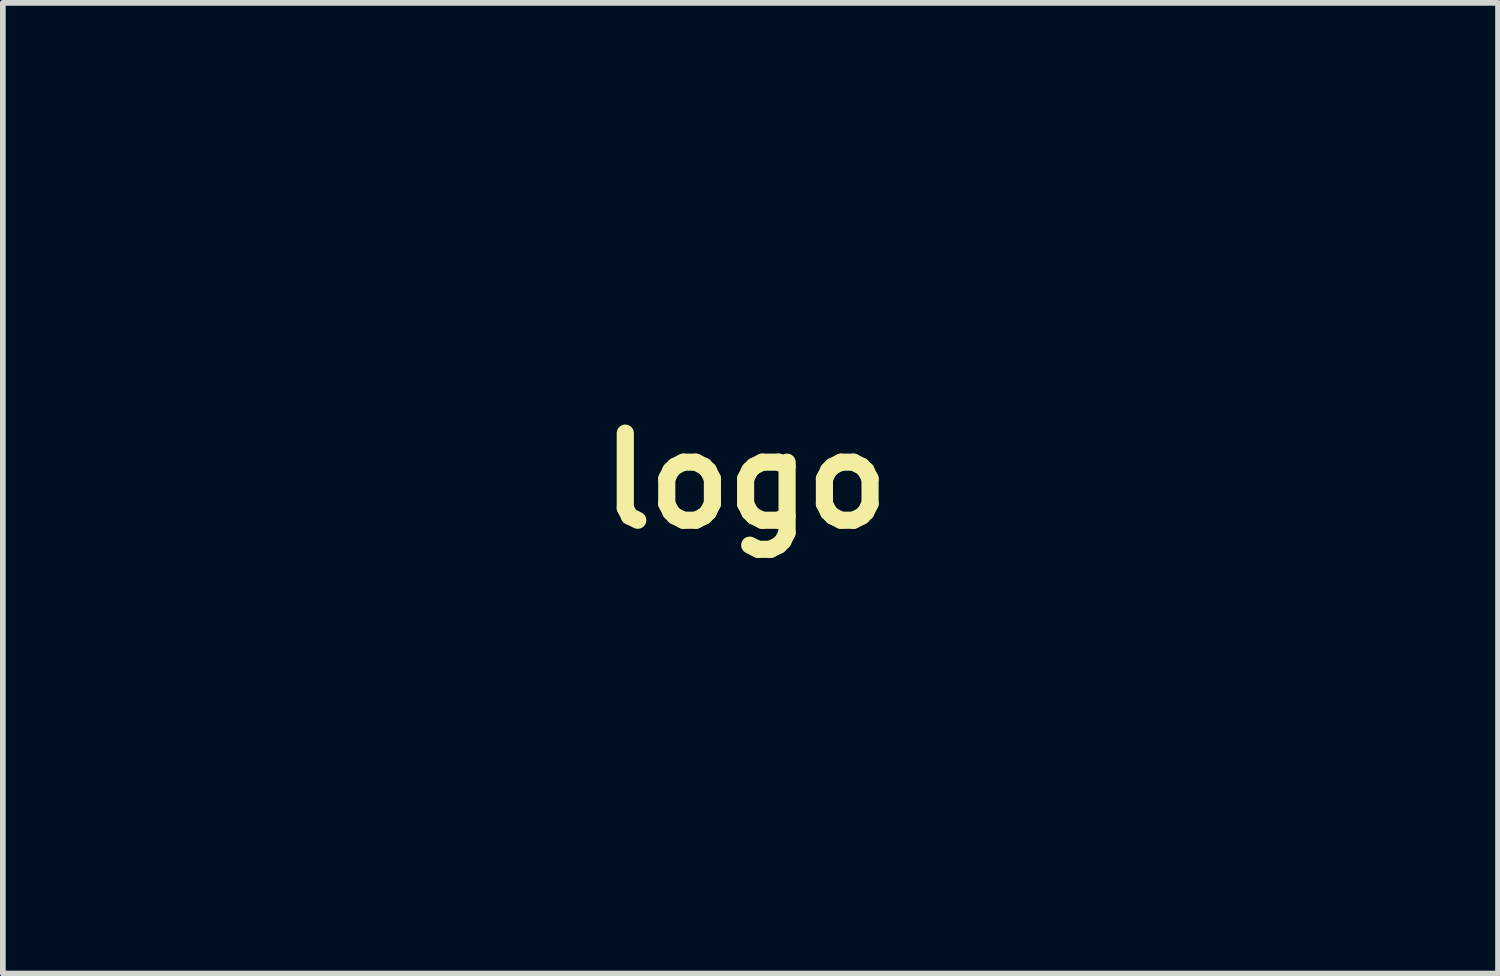
<source format=kicad_pcb>
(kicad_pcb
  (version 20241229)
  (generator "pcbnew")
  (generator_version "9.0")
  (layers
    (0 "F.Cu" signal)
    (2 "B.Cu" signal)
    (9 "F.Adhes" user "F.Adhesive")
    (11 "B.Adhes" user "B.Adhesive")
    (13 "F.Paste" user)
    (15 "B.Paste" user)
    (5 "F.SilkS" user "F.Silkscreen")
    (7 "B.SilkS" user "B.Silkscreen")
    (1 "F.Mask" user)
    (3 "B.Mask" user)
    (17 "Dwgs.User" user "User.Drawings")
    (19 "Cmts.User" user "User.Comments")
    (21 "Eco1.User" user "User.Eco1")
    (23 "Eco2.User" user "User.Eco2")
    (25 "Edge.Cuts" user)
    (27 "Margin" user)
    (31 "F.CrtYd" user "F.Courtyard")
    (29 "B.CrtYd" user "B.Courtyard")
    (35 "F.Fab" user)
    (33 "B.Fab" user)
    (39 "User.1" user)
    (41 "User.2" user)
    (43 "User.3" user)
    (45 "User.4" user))
  (footprint "logo"
    (layer "F.Cu")
    (at 9.992 5.361)
    (property "Reference" "logo" (at 0 0 0) (layer "F.SilkS") (effects (font (size 1.524 1.524) (thickness 0.3))))
    (attr through_hole)
    (fp_poly (pts (xy -8.276 2.353) (xy -8.164 2.519) (xy -8.147 2.714) (xy -8.23 2.862) (xy -8.402 2.957) (xy -8.581 2.889) (xy -8.665 2.808) (xy -8.791 2.59) (xy -8.787 2.565) (xy -8.612 2.565) (xy -8.555 2.662) (xy -8.419 2.748) (xy -8.319 2.688) (xy -8.297 2.582) (xy -8.355 2.438) (xy -8.483 2.395) (xy -8.572 2.442) (xy -8.612 2.565) (xy -8.787 2.565) (xy -8.766 2.4) (xy -8.649 2.293) (xy -8.449 2.262) (xy -8.276 2.353)) (stroke (width 0.01) (type solid)) (fill no) (layer "Eco2.User"))
    (fp_poly (pts (xy -7.042 1.408) (xy -6.909 1.537) (xy -6.835 1.754) (xy -6.904 1.933) (xy -7.092 2.027) (xy -7.16 2.032) (xy -7.363 1.964) (xy -7.443 1.841) (xy -7.458 1.719) (xy -7.362 1.719) (xy -7.31 1.806) (xy -7.166 1.864) (xy -7.052 1.791) (xy -7.027 1.693) (xy -7.087 1.552) (xy -7.197 1.524) (xy -7.337 1.585) (xy -7.362 1.719) (xy -7.458 1.719) (xy -7.471 1.604) (xy -7.385 1.437) (xy -7.227 1.363) (xy -7.042 1.408)) (stroke (width 0.01) (type solid)) (fill no) (layer "Eco2.User"))
    (fp_poly (pts (xy -5.524 0.644) (xy -5.395 0.795) (xy -5.346 0.99) (xy -5.39 1.156) (xy -5.432 1.196) (xy -5.666 1.265) (xy -5.875 1.194) (xy -5.923 1.147) (xy -5.997 0.958) (xy -5.989 0.924) (xy -5.881 0.924) (xy -5.808 1.053) (xy -5.664 1.101) (xy -5.528 1.036) (xy -5.503 0.94) (xy -5.563 0.782) (xy -5.697 0.722) (xy -5.825 0.779) (xy -5.881 0.924) (xy -5.989 0.924) (xy -5.951 0.774) (xy -5.821 0.64) (xy -5.643 0.601) (xy -5.524 0.644)) (stroke (width 0.01) (type solid)) (fill no) (layer "Eco2.User"))
    (fp_poly (pts (xy -3.783 -0.078) (xy -3.677 0.081) (xy -3.651 0.27) (xy -3.732 0.444) (xy -3.776 0.482) (xy -3.947 0.58) (xy -4.079 0.551) (xy -4.189 0.455) (xy -4.294 0.248) (xy -4.285 0.19) (xy -4.156 0.19) (xy -4.116 0.338) (xy -4.09 0.369) (xy -3.97 0.405) (xy -3.875 0.315) (xy -3.852 0.206) (xy -3.919 0.059) (xy -4 0.016) (xy -4.111 0.059) (xy -4.156 0.19) (xy -4.285 0.19) (xy -4.26 0.028) (xy -4.128 -0.118) (xy -3.943 -0.159) (xy -3.783 -0.078)) (stroke (width 0.01) (type solid)) (fill no) (layer "Eco2.User"))
    (fp_poly (pts (xy -9.133 3.318) (xy -8.999 3.468) (xy -8.999 3.668) (xy -9.001 3.671) (xy -9.121 3.788) (xy -9.309 3.795) (xy -9.503 3.692) (xy -9.523 3.673) (xy -9.635 3.486) (xy -9.602 3.361) (xy -9.428 3.361) (xy -9.427 3.456) (xy -9.344 3.574) (xy -9.234 3.64) (xy -9.223 3.641) (xy -9.119 3.58) (xy -9.104 3.56) (xy -9.127 3.47) (xy -9.24 3.382) (xy -9.37 3.342) (xy -9.428 3.361) (xy -9.602 3.361) (xy -9.596 3.337) (xy -9.419 3.262) (xy -9.364 3.26) (xy -9.133 3.318)) (stroke (width 0.01) (type solid)) (fill no) (layer "Eco2.User"))
    (fp_poly (pts (xy 0.535 -1.517) (xy 0.641 -1.358) (xy 0.667 -1.169) (xy 0.586 -0.995) (xy 0.542 -0.957) (xy 0.4 -0.869) (xy 0.339 -0.847) (xy 0.236 -0.891) (xy 0.135 -0.957) (xy 0.025 -1.128) (xy 0.029 -1.262) (xy 0.113 -1.262) (xy 0.175 -1.136) (xy 0.32 -1.041) (xy 0.439 -1.103) (xy 0.493 -1.255) (xy 0.474 -1.401) (xy 0.35 -1.439) (xy 0.166 -1.389) (xy 0.113 -1.262) (xy 0.029 -1.262) (xy 0.032 -1.342) (xy 0.149 -1.527) (xy 0.191 -1.557) (xy 0.375 -1.599) (xy 0.535 -1.517)) (stroke (width 0.01) (type solid)) (fill no) (layer "Eco2.User"))
    (fp_poly (pts (xy -1.859 -0.828) (xy -1.764 -0.743) (xy -1.729 -0.639) (xy -1.725 -0.414) (xy -1.779 -0.295) (xy -1.938 -0.196) (xy -2.135 -0.175) (xy -2.295 -0.233) (xy -2.338 -0.29) (xy -2.364 -0.468) (xy -2.359 -0.55) (xy -2.273 -0.55) (xy -2.215 -0.411) (xy -2.082 -0.351) (xy -2.054 -0.355) (xy -1.913 -0.452) (xy -1.879 -0.53) (xy -1.917 -0.673) (xy -2.048 -0.746) (xy -2.196 -0.713) (xy -2.218 -0.694) (xy -2.273 -0.55) (xy -2.359 -0.55) (xy -2.356 -0.608) (xy -2.293 -0.755) (xy -2.127 -0.822) (xy -2.056 -0.831) (xy -1.859 -0.828)) (stroke (width 0.01) (type solid)) (fill no) (layer "Eco2.User"))
    (fp_poly (pts (xy 7.364 0.971) (xy 7.41 1.086) (xy 7.308 1.267) (xy 7.169 1.411) (xy 6.91 1.593) (xy 6.644 1.691) (xy 6.42 1.693) (xy 6.325 1.64) (xy 6.307 1.523) (xy 6.435 1.523) (xy 6.455 1.593) (xy 6.536 1.591) (xy 6.711 1.51) (xy 6.868 1.424) (xy 7.095 1.276) (xy 7.192 1.165) (xy 7.151 1.107) (xy 7.091 1.101) (xy 6.941 1.145) (xy 6.744 1.249) (xy 6.56 1.377) (xy 6.447 1.49) (xy 6.435 1.523) (xy 6.307 1.523) (xy 6.307 1.521) (xy 6.407 1.362) (xy 6.586 1.194) (xy 6.809 1.046) (xy 7.038 0.951) (xy 7.171 0.932) (xy 7.364 0.971)) (stroke (width 0.01) (type solid)) (fill no) (layer "Eco2.User"))
    (fp_poly (pts (xy -5.092 4.736) (xy -5.074 4.744) (xy -4.941 4.875) (xy -4.917 5.026) (xy -4.982 5.114) (xy -5.196 5.184) (xy -5.485 5.211) (xy -5.765 5.192) (xy -5.917 5.146) (xy -6.067 5.038) (xy -6.119 4.953) (xy -6.108 4.934) (xy -5.992 4.934) (xy -5.938 4.98) (xy -5.878 5.004) (xy -5.724 5.058) (xy -5.599 5.07) (xy -5.417 5.041) (xy -5.346 5.027) (xy -5.179 4.972) (xy -5.126 4.906) (xy -5.129 4.9) (xy -5.242 4.849) (xy -5.452 4.828) (xy -5.693 4.839) (xy -5.892 4.883) (xy -5.992 4.934) (xy -6.108 4.934) (xy -6.044 4.827) (xy -5.852 4.731) (xy -5.595 4.678) (xy -5.324 4.676) (xy -5.092 4.736)) (stroke (width 0.01) (type solid)) (fill no) (layer "Eco2.User"))
    (fp_poly (pts (xy -6.232 3.119) (xy -6.001 3.195) (xy -5.865 3.314) (xy -5.847 3.465) (xy -5.971 3.632) (xy -6.03 3.678) (xy -6.239 3.762) (xy -6.531 3.806) (xy -6.85 3.812) (xy -7.138 3.779) (xy -7.337 3.707) (xy -7.372 3.676) (xy -7.43 3.517) (xy -7.276 3.517) (xy -7.236 3.622) (xy -7.133 3.669) (xy -6.913 3.685) (xy -6.615 3.659) (xy -6.323 3.6) (xy -6.144 3.535) (xy -6.031 3.462) (xy -6.058 3.395) (xy -6.139 3.333) (xy -6.344 3.238) (xy -6.606 3.23) (xy -6.964 3.306) (xy -7.181 3.402) (xy -7.276 3.517) (xy -7.43 3.517) (xy -7.435 3.504) (xy -7.337 3.347) (xy -7.085 3.214) (xy -6.894 3.156) (xy -6.538 3.102) (xy -6.232 3.119)) (stroke (width 0.01) (type solid)) (fill no) (layer "Eco2.User"))
    (fp_poly (pts (xy 7.588 -1.06) (xy 7.686 -0.986) (xy 7.77 -0.806) (xy 7.696 -0.604) (xy 7.475 -0.393) (xy 7.187 -0.223) (xy 6.841 -0.068) (xy 6.603 -0.009) (xy 6.444 -0.04) (xy 6.37 -0.106) (xy 6.338 -0.22) (xy 6.446 -0.22) (xy 6.549 -0.172) (xy 6.778 -0.215) (xy 6.967 -0.285) (xy 7.179 -0.404) (xy 7.374 -0.56) (xy 7.518 -0.716) (xy 7.575 -0.837) (xy 7.555 -0.877) (xy 7.397 -0.893) (xy 7.16 -0.833) (xy 6.901 -0.72) (xy 6.68 -0.574) (xy 6.658 -0.554) (xy 6.479 -0.35) (xy 6.446 -0.22) (xy 6.338 -0.22) (xy 6.32 -0.284) (xy 6.41 -0.49) (xy 6.618 -0.699) (xy 6.921 -0.889) (xy 7.227 -1.014) (xy 7.452 -1.073) (xy 7.588 -1.06)) (stroke (width 0.01) (type solid)) (fill no) (layer "Eco2.User"))
    (fp_poly (pts (xy -1.333 0.787) (xy -1.208 0.882) (xy -1.209 1.032) (xy -1.234 1.082) (xy -1.409 1.253) (xy -1.695 1.412) (xy -2.043 1.545) (xy -2.407 1.637) (xy -2.737 1.675) (xy -2.988 1.645) (xy -3.048 1.615) (xy -3.126 1.489) (xy -3.101 1.441) (xy -2.963 1.441) (xy -2.891 1.508) (xy -2.701 1.523) (xy -2.438 1.491) (xy -2.144 1.417) (xy -1.894 1.32) (xy -1.576 1.156) (xy -1.416 1.031) (xy -1.41 0.942) (xy -1.472 0.905) (xy -1.65 0.892) (xy -1.914 0.938) (xy -2.218 1.025) (xy -2.519 1.138) (xy -2.771 1.26) (xy -2.93 1.377) (xy -2.963 1.441) (xy -3.101 1.441) (xy -3.042 1.33) (xy -2.8 1.142) (xy -2.536 0.995) (xy -2.185 0.851) (xy -1.849 0.769) (xy -1.556 0.749) (xy -1.333 0.787)) (stroke (width 0.01) (type solid)) (fill no) (layer "Eco2.User"))
    (fp_poly (pts (xy 3.523 -0.604) (xy 3.687 -0.477) (xy 3.688 -0.325) (xy 3.529 -0.157) (xy 3.302 -0.023) (xy 3.022 0.083) (xy 2.682 0.167) (xy 2.338 0.219) (xy 2.048 0.232) (xy 1.884 0.203) (xy 1.783 0.086) (xy 1.797 -0.015) (xy 1.947 -0.015) (xy 2.021 0.055) (xy 2.214 0.073) (xy 2.49 0.043) (xy 2.807 -0.03) (xy 3.129 -0.141) (xy 3.181 -0.163) (xy 3.43 -0.299) (xy 3.515 -0.406) (xy 3.442 -0.476) (xy 3.215 -0.498) (xy 3.014 -0.485) (xy 2.668 -0.423) (xy 2.35 -0.321) (xy 2.102 -0.197) (xy 1.963 -0.069) (xy 1.947 -0.015) (xy 1.797 -0.015) (xy 1.807 -0.083) (xy 1.941 -0.259) (xy 2.037 -0.329) (xy 2.34 -0.47) (xy 2.701 -0.576) (xy 3.063 -0.636) (xy 3.371 -0.64) (xy 3.523 -0.604)) (stroke (width 0.01) (type solid)) (fill no) (layer "Eco2.User"))
    (fp_poly (pts (xy 3.531 2.647) (xy 3.803 2.718) (xy 3.946 2.846) (xy 3.979 2.994) (xy 3.899 3.209) (xy 3.674 3.442) (xy 3.326 3.684) (xy 2.877 3.929) (xy 2.348 4.169) (xy 1.764 4.394) (xy 1.145 4.598) (xy 0.513 4.773) (xy -0.109 4.911) (xy -0.699 5.004) (xy -1.234 5.045) (xy -1.694 5.024) (xy -1.736 5.018) (xy -2.024 4.933) (xy -2.172 4.776) (xy -2.192 4.662) (xy -2.032 4.662) (xy -1.967 4.739) (xy -1.947 4.741) (xy -1.873 4.672) (xy -1.863 4.609) (xy -1.904 4.522) (xy -1.947 4.53) (xy -2.029 4.638) (xy -2.032 4.662) (xy -2.192 4.662) (xy -2.201 4.608) (xy -2.135 4.444) (xy -1.757 4.444) (xy -1.725 4.617) (xy -1.663 4.77) (xy -1.599 4.826) (xy -1.536 4.756) (xy -1.525 4.678) (xy -1.558 4.513) (xy -1.411 4.513) (xy -1.392 4.604) (xy -1.311 4.768) (xy -1.213 4.826) (xy -1.13 4.777) (xy -1.147 4.636) (xy -1.241 4.418) (xy -1.274 4.386) (xy -1.091 4.386) (xy -1.044 4.541) (xy -1.018 4.609) (xy -0.912 4.785) (xy -0.797 4.82) (xy -0.729 4.756) (xy -0.707 4.594) (xy -0.779 4.423) (xy -0.907 4.323) (xy -0.941 4.318) (xy -1.061 4.327) (xy -1.091 4.386) (xy -1.274 4.386) (xy -1.338 4.322) (xy -1.404 4.353) (xy -1.411 4.513) (xy -1.558 4.513) (xy -1.559 4.507) (xy -1.634 4.369) (xy -1.715 4.32) (xy -1.735 4.332) (xy -1.757 4.444) (xy -2.135 4.444) (xy -2.122 4.412) (xy -2.003 4.296) (xy -0.667 4.296) (xy -0.624 4.446) (xy -0.595 4.524) (xy -0.482 4.688) (xy -0.339 4.744) (xy -0.221 4.671) (xy -0.195 4.495) (xy -0.284 4.325) (xy -0.429 4.245) (xy -0.15 4.245) (xy -0.101 4.401) (xy -0.089 4.433) (xy 0.004 4.612) (xy 0.116 4.644) (xy 0.238 4.584) (xy 0.31 4.442) (xy 0.291 4.286) (xy 0.243 4.171) (xy 0.405 4.171) (xy 0.431 4.297) (xy 0.546 4.434) (xy 0.711 4.491) (xy 0.855 4.447) (xy 0.88 4.417) (xy 0.9 4.263) (xy 0.837 4.093) (xy 0.784 4.042) (xy 0.975 4.042) (xy 0.987 4.131) (xy 1.088 4.273) (xy 1.245 4.319) (xy 1.384 4.252) (xy 1.397 4.233) (xy 1.419 4.085) (xy 1.368 3.919) (xy 1.298 3.844) (xy 1.536 3.844) (xy 1.557 4.028) (xy 1.658 4.135) (xy 1.787 4.119) (xy 1.885 4.002) (xy 1.905 3.895) (xy 1.85 3.711) (xy 1.757 3.657) (xy 1.611 3.696) (xy 1.536 3.844) (xy 1.298 3.844) (xy 1.273 3.817) (xy 1.243 3.811) (xy 1.048 3.876) (xy 0.975 4.042) (xy 0.784 4.042) (xy 0.726 3.988) (xy 0.689 3.981) (xy 0.476 4.03) (xy 0.405 4.171) (xy 0.243 4.171) (xy 0.224 4.126) (xy 0.109 4.1) (xy 0.054 4.114) (xy -0.108 4.171) (xy -0.15 4.245) (xy -0.429 4.245) (xy -0.445 4.236) (xy -0.476 4.233) (xy -0.624 4.241) (xy -0.667 4.296) (xy -2.003 4.296) (xy -1.897 4.193) (xy -1.835 4.152) (xy -1.439 4.152) (xy -1.359 4.188) (xy -1.119 4.176) (xy -0.725 4.117) (xy -0.18 4.013) (xy 0.18 3.936) (xy 0.625 3.826) (xy 1.094 3.69) (xy 1.246 3.64) (xy 2.052 3.64) (xy 2.064 3.759) (xy 2.133 3.936) (xy 2.238 3.965) (xy 2.361 3.902) (xy 2.421 3.79) (xy 2.425 3.63) (xy 2.555 3.63) (xy 2.637 3.753) (xy 2.753 3.755) (xy 2.855 3.632) (xy 2.862 3.482) (xy 2.796 3.316) (xy 2.711 3.274) (xy 2.962 3.274) (xy 2.982 3.436) (xy 3.02 3.5) (xy 3.157 3.552) (xy 3.251 3.486) (xy 3.27 3.339) (xy 3.216 3.169) (xy 3.118 3.058) (xy 3.08 3.048) (xy 2.999 3.118) (xy 2.962 3.274) (xy 2.711 3.274) (xy 2.685 3.261) (xy 2.584 3.33) (xy 2.555 3.413) (xy 2.555 3.63) (xy 2.425 3.63) (xy 2.426 3.616) (xy 2.385 3.457) (xy 2.306 3.388) (xy 2.125 3.461) (xy 2.052 3.64) (xy 1.246 3.64) (xy 1.559 3.537) (xy 1.997 3.377) (xy 2.382 3.22) (xy 2.689 3.076) (xy 2.787 3.017) (xy 3.315 3.017) (xy 3.363 3.174) (xy 3.442 3.288) (xy 3.477 3.302) (xy 3.542 3.231) (xy 3.556 3.138) (xy 3.52 3.006) (xy 3.641 3.006) (xy 3.683 3.048) (xy 3.725 3.006) (xy 3.683 2.963) (xy 3.641 3.006) (xy 3.52 3.006) (xy 3.513 2.981) (xy 3.419 2.89) (xy 3.331 2.906) (xy 3.315 3.017) (xy 2.787 3.017) (xy 2.892 2.955) (xy 2.966 2.866) (xy 2.957 2.845) (xy 2.851 2.834) (xy 2.615 2.856) (xy 2.285 2.905) (xy 1.895 2.973) (xy 1.48 3.056) (xy 1.077 3.146) (xy 0.719 3.237) (xy 0.649 3.257) (xy 0.283 3.374) (xy -0.114 3.517) (xy -0.51 3.674) (xy -0.872 3.829) (xy -1.169 3.97) (xy -1.369 4.083) (xy -1.439 4.152) (xy -1.835 4.152) (xy -1.55 3.962) (xy -1.102 3.726) (xy -0.574 3.494) (xy 0.01 3.272) (xy 0.629 3.071) (xy 1.261 2.897) (xy 1.884 2.76) (xy 2.477 2.667) (xy 3.016 2.626) (xy 3.111 2.625) (xy 3.531 2.647)) (stroke (width 0.01) (type solid)) (fill no) (layer "Eco2.User"))
    (fp_poly (pts (xy 0.857 -5.316) (xy 1.401 -5.231) (xy 1.482 -5.212) (xy 2.01 -5.048) (xy 2.579 -4.815) (xy 3.138 -4.539) (xy 3.635 -4.246) (xy 4.021 -3.96) (xy 4.04 -3.942) (xy 4.329 -3.71) (xy 4.532 -3.606) (xy 4.606 -3.607) (xy 4.763 -3.626) (xy 5.054 -3.624) (xy 5.444 -3.604) (xy 5.9 -3.569) (xy 6.388 -3.523) (xy 6.873 -3.469) (xy 7.322 -3.41) (xy 7.701 -3.348) (xy 7.938 -3.298) (xy 8.63 -3.085) (xy 9.208 -2.828) (xy 9.66 -2.538) (xy 9.973 -2.222) (xy 10.135 -1.889) (xy 10.156 -1.712) (xy 10.138 -1.481) (xy 10.077 -1.261) (xy 9.956 -1.015) (xy 9.758 -0.706) (xy 9.525 -0.378) (xy 8.694 0.625) (xy 7.75 1.511) (xy 6.682 2.286) (xy 6.113 2.628) (xy 5.773 2.825) (xy 5.35 3.08) (xy 4.899 3.358) (xy 4.53 3.59) (xy 3.3 4.295) (xy 2.067 4.839) (xy 0.81 5.23) (xy -0.381 5.46) (xy -0.774 5.502) (xy -1.303 5.538) (xy -1.931 5.568) (xy -2.625 5.591) (xy -3.351 5.606) (xy -4.074 5.612) (xy -4.759 5.61) (xy -5.371 5.598) (xy -5.878 5.575) (xy -5.895 5.573) (xy -6.877 5.459) (xy -7.748 5.25) (xy -8.415 4.997) (xy -8.756 4.846) (xy -9.098 4.697) (xy -9.305 4.608) (xy -9.68 4.379) (xy -9.848 4.154) (xy -9.637 4.154) (xy -9.607 4.226) (xy -9.575 4.266) (xy -9.446 4.378) (xy -9.348 4.394) (xy -9.331 4.309) (xy -9.334 4.297) (xy -9.438 4.193) (xy -9.529 4.16) (xy -9.637 4.154) (xy -9.848 4.154) (xy -9.907 4.075) (xy -9.986 3.71) (xy -9.801 3.71) (xy -9.756 3.884) (xy -9.589 3.983) (xy -9.489 4.008) (xy -9.235 4.13) (xy -9.129 4.274) (xy -9.046 4.442) (xy -9.006 4.459) (xy -9.006 4.452) (xy -8.629 4.452) (xy -8.611 4.534) (xy -8.47 4.654) (xy -8.242 4.79) (xy -7.962 4.919) (xy -7.832 4.968) (xy -7.195 5.141) (xy -6.452 5.256) (xy -5.582 5.315) (xy -5.122 5.324) (xy -4.022 5.332) (xy -4.303 5.11) (xy -4.502 4.921) (xy -4.642 4.729) (xy -4.66 4.689) (xy -4.736 4.49) (xy -5.903 4.542) (xy -6.501 4.556) (xy -7.089 4.549) (xy -7.604 4.521) (xy -7.826 4.499) (xy -8.165 4.462) (xy -8.437 4.443) (xy -8.601 4.444) (xy -8.629 4.452) (xy -9.006 4.452) (xy -9.005 4.437) (xy -4.487 4.437) (xy -4.406 4.678) (xy -4.171 4.896) (xy -3.798 5.081) (xy -3.303 5.223) (xy -3.166 5.251) (xy -2.813 5.288) (xy -2.339 5.3) (xy -1.791 5.288) (xy -1.216 5.256) (xy -0.66 5.204) (xy -0.17 5.134) (xy -0.085 5.119) (xy 0.884 4.891) (xy 1.837 4.586) (xy 2.75 4.216) (xy 3.596 3.795) (xy 4.35 3.336) (xy 4.986 2.851) (xy 5.479 2.352) (xy 5.482 2.349) (xy 5.541 2.255) (xy 5.871 2.255) (xy 5.933 2.294) (xy 6.108 2.235) (xy 6.388 2.082) (xy 6.762 1.84) (xy 7.222 1.513) (xy 7.513 1.295) (xy 7.856 1.018) (xy 8.205 0.709) (xy 8.495 0.426) (xy 8.537 0.381) (xy 8.775 0.096) (xy 8.98 -0.193) (xy 9.13 -0.452) (xy 9.207 -0.646) (xy 9.199 -0.735) (xy 9.118 -0.705) (xy 8.934 -0.59) (xy 8.677 -0.408) (xy 8.451 -0.238) (xy 7.965 0.129) (xy 7.561 0.414) (xy 7.195 0.648) (xy 6.82 0.86) (xy 6.535 1.008) (xy 6.26 1.151) (xy 6.103 1.259) (xy 6.032 1.371) (xy 6.011 1.526) (xy 6.01 1.631) (xy 5.992 1.886) (xy 5.947 2.079) (xy 5.931 2.113) (xy 5.871 2.255) (xy 5.541 2.255) (xy 5.697 2.008) (xy 5.764 1.7) (xy 5.683 1.442) (xy 5.528 1.293) (xy 5.311 1.215) (xy 4.959 1.163) (xy 4.505 1.135) (xy 3.981 1.131) (xy 3.419 1.152) (xy 2.851 1.195) (xy 2.311 1.262) (xy 1.863 1.344) (xy 0.911 1.576) (xy -0.009 1.841) (xy -0.881 2.132) (xy -1.691 2.443) (xy -2.426 2.766) (xy -3.072 3.095) (xy -3.613 3.423) (xy -4.037 3.742) (xy -4.328 4.046) (xy -4.473 4.329) (xy -4.487 4.437) (xy -9.005 4.437) (xy -8.997 4.319) (xy -9 4.199) (xy -8.952 3.972) (xy -8.721 3.972) (xy -8.7 4.074) (xy -8.618 4.15) (xy -8.447 4.212) (xy -8.156 4.27) (xy -7.852 4.317) (xy -7.578 4.344) (xy -7.197 4.363) (xy -6.751 4.376) (xy -6.279 4.381) (xy -5.823 4.378) (xy -5.423 4.367) (xy -5.12 4.349) (xy -4.979 4.329) (xy -4.783 4.223) (xy -4.571 4.018) (xy -4.504 3.933) (xy -4.301 3.707) (xy -4.015 3.456) (xy -3.738 3.255) (xy -3.485 3.086) (xy -3.301 2.95) (xy -3.219 2.874) (xy -3.218 2.87) (xy -3.295 2.839) (xy -3.499 2.803) (xy -3.789 2.771) (xy -3.834 2.767) (xy -4.222 2.714) (xy -4.68 2.622) (xy -5.115 2.511) (xy -5.167 2.495) (xy -5.535 2.382) (xy -5.88 2.276) (xy -6.141 2.197) (xy -6.192 2.181) (xy -6.346 2.142) (xy -6.481 2.142) (xy -6.639 2.195) (xy -6.859 2.313) (xy -7.166 2.501) (xy -7.567 2.772) (xy -7.945 3.067) (xy -8.275 3.362) (xy -8.53 3.633) (xy -8.685 3.855) (xy -8.721 3.972) (xy -8.952 3.972) (xy -8.927 3.855) (xy -8.699 3.484) (xy -8.325 3.09) (xy -7.814 2.678) (xy -7.176 2.253) (xy -6.632 1.94) (xy -6.096 1.94) (xy -6.017 2.016) (xy -5.8 2.113) (xy -5.471 2.224) (xy -5.06 2.341) (xy -4.594 2.456) (xy -4.101 2.56) (xy -3.61 2.646) (xy -3.556 2.654) (xy -3.246 2.686) (xy -2.966 2.673) (xy -2.667 2.605) (xy -2.302 2.472) (xy -1.985 2.337) (xy -1.532 2.148) (xy -1.033 1.957) (xy -0.57 1.793) (xy -0.389 1.736) (xy 0.36 1.507) (xy 0.303 0.952) (xy 0.237 0.418) (xy 0.159 0.001) (xy 0.074 -0.281) (xy -0.013 -0.415) (xy -0.041 -0.423) (xy -0.185 -0.396) (xy -0.458 -0.32) (xy -0.834 -0.204) (xy -1.282 -0.06) (xy -1.775 0.105) (xy -2.284 0.28) (xy -2.78 0.456) (xy -3.235 0.624) (xy -3.598 0.764) (xy -4.236 1.024) (xy -4.807 1.268) (xy -5.294 1.487) (xy -5.681 1.674) (xy -5.95 1.819) (xy -6.084 1.917) (xy -6.096 1.94) (xy -6.632 1.94) (xy -6.423 1.82) (xy -5.562 1.384) (xy -4.605 0.95) (xy -3.561 0.524) (xy -2.441 0.11) (xy -1.253 -0.288) (xy -0.679 -0.46) (xy 0.299 -0.46) (xy 0.314 -0.28) (xy 0.346 -0.003) (xy 0.39 0.33) (xy 0.439 0.679) (xy 0.488 1.002) (xy 0.531 1.261) (xy 0.562 1.414) (xy 0.572 1.439) (xy 0.667 1.421) (xy 0.886 1.372) (xy 1.187 1.301) (xy 1.301 1.273) (xy 1.749 1.172) (xy 2.253 1.068) (xy 2.688 0.987) (xy 3.042 0.913) (xy 3.355 0.827) (xy 3.55 0.752) (xy 3.81 0.752) (xy 3.888 0.789) (xy 4.097 0.825) (xy 4.399 0.854) (xy 4.551 0.863) (xy 5.018 0.904) (xy 5.374 0.974) (xy 5.546 1.039) (xy 5.722 1.131) (xy 5.857 1.166) (xy 6.002 1.137) (xy 6.206 1.039) (xy 6.424 0.916) (xy 6.81 0.686) (xy 7.23 0.414) (xy 7.66 0.119) (xy 8.075 -0.181) (xy 8.454 -0.47) (xy 8.772 -0.728) (xy 9.005 -0.939) (xy 9.129 -1.084) (xy 9.144 -1.124) (xy 9.073 -1.196) (xy 8.892 -1.302) (xy 8.742 -1.374) (xy 8.533 -1.453) (xy 8.295 -1.51) (xy 8.163 -1.527) (xy 9.29 -1.527) (xy 9.301 -1.425) (xy 9.382 -1.269) (xy 9.479 -1.106) (xy 9.524 -1.082) (xy 9.547 -1.188) (xy 9.551 -1.219) (xy 9.583 -1.302) (xy 9.737 -1.302) (xy 9.779 -1.219) (xy 9.821 -1.228) (xy 9.898 -1.35) (xy 9.906 -1.407) (xy 9.864 -1.491) (xy 9.821 -1.482) (xy 9.744 -1.36) (xy 9.737 -1.302) (xy 9.583 -1.302) (xy 9.634 -1.436) (xy 9.738 -1.568) (xy 9.84 -1.678) (xy 9.849 -1.786) (xy 9.768 -1.964) (xy 9.76 -1.979) (xy 9.621 -2.244) (xy 9.56 -1.955) (xy 9.483 -1.739) (xy 9.378 -1.6) (xy 9.368 -1.594) (xy 9.29 -1.527) (xy 8.163 -1.527) (xy 7.991 -1.549) (xy 7.581 -1.576) (xy 7.197 -1.591) (xy 6.054 -1.629) (xy 5.725 -1.152) (xy 5.558 -0.937) (xy 5.322 -0.666) (xy 5.041 -0.366) (xy 4.743 -0.061) (xy 4.452 0.222) (xy 4.196 0.456) (xy 4 0.617) (xy 3.89 0.677) (xy 3.889 0.677) (xy 3.811 0.737) (xy 3.81 0.752) (xy 3.55 0.752) (xy 3.57 0.744) (xy 3.6 0.726) (xy 3.842 0.545) (xy 4.136 0.287) (xy 4.459 -0.019) (xy 4.787 -0.351) (xy 5.095 -0.681) (xy 5.359 -0.985) (xy 5.556 -1.238) (xy 5.662 -1.413) (xy 5.673 -1.459) (xy 5.591 -1.503) (xy 5.351 -1.508) (xy 4.958 -1.474) (xy 4.417 -1.402) (xy 3.733 -1.291) (xy 3.344 -1.222) (xy 2.744 -1.109) (xy 2.162 -0.988) (xy 1.62 -0.866) (xy 1.142 -0.749) (xy 0.75 -0.643) (xy 0.467 -0.552) (xy 0.317 -0.484) (xy 0.299 -0.46) (xy -0.679 -0.46) (xy -0.008 -0.662) (xy 1.283 -1.01) (xy 1.364 -1.031) (xy 1.927 -1.177) (xy 2.327 -1.292) (xy 2.567 -1.377) (xy 2.652 -1.433) (xy 2.634 -1.452) (xy 2.47 -1.585) (xy 2.4 -1.785) (xy 2.408 -1.821) (xy 2.556 -1.821) (xy 2.61 -1.674) (xy 2.74 -1.609) (xy 2.874 -1.677) (xy 2.907 -1.729) (xy 2.897 -1.874) (xy 2.794 -1.98) (xy 2.662 -1.999) (xy 2.61 -1.966) (xy 2.556 -1.821) (xy 2.408 -1.821) (xy 2.446 -1.977) (xy 2.459 -1.994) (xy 2.643 -2.101) (xy 2.871 -2.095) (xy 3.055 -1.981) (xy 3.122 -1.856) (xy 3.087 -1.71) (xy 3.037 -1.617) (xy 2.907 -1.389) (xy 3.822 -1.556) (xy 4.219 -1.63) (xy 4.471 -1.686) (xy 4.559 -1.717) (xy 4.839 -1.717) (xy 4.861 -1.695) (xy 4.921 -1.715) (xy 5.067 -1.745) (xy 5.331 -1.782) (xy 5.662 -1.817) (xy 5.744 -1.824) (xy 6.08 -1.856) (xy 6.275 -1.885) (xy 6.358 -1.923) (xy 6.355 -1.983) (xy 6.305 -2.062) (xy 6.201 -2.241) (xy 6.201 -2.252) (xy 6.377 -2.252) (xy 6.481 -2.135) (xy 6.607 -2.133) (xy 6.685 -2.24) (xy 6.689 -2.281) (xy 6.658 -2.437) (xy 6.621 -2.487) (xy 6.492 -2.49) (xy 6.389 -2.39) (xy 6.377 -2.252) (xy 6.201 -2.252) (xy 6.211 -2.374) (xy 6.346 -2.536) (xy 6.357 -2.547) (xy 6.475 -2.665) (xy 6.676 -2.665) (xy 6.692 -2.613) (xy 6.725 -2.576) (xy 6.837 -2.375) (xy 6.842 -2.152) (xy 6.743 -1.977) (xy 6.71 -1.954) (xy 6.681 -1.911) (xy 6.781 -1.883) (xy 7.027 -1.869) (xy 7.277 -1.865) (xy 7.628 -1.869) (xy 7.832 -1.886) (xy 7.865 -1.901) (xy 8.222 -1.901) (xy 8.297 -1.813) (xy 8.528 -1.725) (xy 8.92 -1.632) (xy 8.984 -1.619) (xy 9.01 -1.681) (xy 8.998 -1.808) (xy 9.01 -1.909) (xy 9.157 -1.909) (xy 9.175 -1.798) (xy 9.242 -1.796) (xy 9.354 -1.903) (xy 9.385 -1.985) (xy 9.367 -2.097) (xy 9.3 -2.098) (xy 9.188 -1.991) (xy 9.157 -1.909) (xy 9.01 -1.909) (xy 9.021 -2.005) (xy 9.184 -2.185) (xy 9.409 -2.361) (xy 9.081 -2.449) (xy 8.779 -2.524) (xy 8.483 -2.588) (xy 8.462 -2.592) (xy 8.278 -2.618) (xy 8.233 -2.593) (xy 8.276 -2.534) (xy 8.361 -2.365) (xy 8.377 -2.162) (xy 8.32 -2.009) (xy 8.297 -1.99) (xy 8.222 -1.901) (xy 7.865 -1.901) (xy 7.909 -1.92) (xy 7.891 -1.964) (xy 7.809 -2.126) (xy 7.802 -2.223) (xy 7.919 -2.223) (xy 7.939 -2.134) (xy 8.022 -2.051) (xy 8.123 -2.098) (xy 8.193 -2.249) (xy 8.197 -2.271) (xy 8.174 -2.424) (xy 8.099 -2.455) (xy 7.962 -2.387) (xy 7.919 -2.223) (xy 7.802 -2.223) (xy 7.795 -2.326) (xy 7.851 -2.478) (xy 7.874 -2.498) (xy 7.963 -2.591) (xy 7.887 -2.658) (xy 7.645 -2.697) (xy 7.275 -2.709) (xy 6.941 -2.706) (xy 6.75 -2.694) (xy 6.676 -2.665) (xy 6.475 -2.665) (xy 6.533 -2.723) (xy 5.743 -2.663) (xy 5.311 -2.626) (xy 5.031 -2.59) (xy 4.887 -2.551) (xy 4.861 -2.503) (xy 4.938 -2.442) (xy 4.942 -2.439) (xy 5.06 -2.289) (xy 5.06 -2.074) (xy 4.945 -1.849) (xy 4.932 -1.834) (xy 4.839 -1.717) (xy 4.559 -1.717) (xy 4.602 -1.732) (xy 4.633 -1.776) (xy 4.587 -1.828) (xy 4.57 -1.84) (xy 4.425 -2.027) (xy 4.428 -2.13) (xy 4.586 -2.13) (xy 4.594 -1.984) (xy 4.694 -1.959) (xy 4.713 -1.962) (xy 4.843 -2.061) (xy 4.868 -2.16) (xy 4.82 -2.298) (xy 4.717 -2.319) (xy 4.618 -2.23) (xy 4.586 -2.13) (xy 4.428 -2.13) (xy 4.431 -2.248) (xy 4.536 -2.407) (xy 4.597 -2.469) (xy 4.619 -2.509) (xy 4.582 -2.527) (xy 4.462 -2.521) (xy 4.237 -2.491) (xy 3.887 -2.436) (xy 3.471 -2.369) (xy 2.379 -2.165) (xy 1.184 -1.894) (xy -0.068 -1.568) (xy -1.332 -1.201) (xy -2.562 -0.805) (xy -3.711 -0.393) (xy -4.064 -0.257) (xy -5.052 0.158) (xy -5.983 0.594) (xy -6.843 1.042) (xy -7.619 1.494) (xy -8.297 1.942) (xy -8.863 2.375) (xy -9.304 2.785) (xy -9.607 3.164) (xy -9.736 3.428) (xy -9.801 3.71) (xy -9.986 3.71) (xy -9.987 3.704) (xy -9.923 3.272) (xy -9.714 2.785) (xy -9.363 2.25) (xy -9.109 1.953) (xy -8.91 1.953) (xy -8.906 2.007) (xy -8.771 1.959) (xy -8.505 1.809) (xy -8.108 1.553) (xy -7.665 1.273) (xy -7.131 0.96) (xy -6.569 0.649) (xy -6.042 0.377) (xy -5.974 0.344) (xy -4.758 -0.209) (xy -3.456 -0.731) (xy -2.094 -1.214) (xy -0.699 -1.653) (xy 0.705 -2.04) (xy 2.09 -2.368) (xy 3.432 -2.631) (xy 4.703 -2.822) (xy 5.879 -2.935) (xy 6.735 -2.963) (xy 7.118 -2.969) (xy 7.429 -2.986) (xy 7.636 -3.01) (xy 7.705 -3.038) (xy 7.624 -3.109) (xy 7.399 -3.175) (xy 7.054 -3.233) (xy 6.614 -3.282) (xy 6.103 -3.321) (xy 5.547 -3.346) (xy 4.969 -3.357) (xy 4.395 -3.353) (xy 3.849 -3.33) (xy 3.666 -3.318) (xy 1.957 -3.12) (xy 0.271 -2.797) (xy -1.374 -2.356) (xy -2.96 -1.803) (xy -4.466 -1.147) (xy -5.875 -0.394) (xy -7.167 0.449) (xy -8.131 1.205) (xy -8.522 1.55) (xy -8.782 1.8) (xy -8.91 1.953) (xy -9.109 1.953) (xy -8.87 1.673) (xy -8.683 1.48) (xy -8.159 0.996) (xy -7.562 0.509) (xy -6.985 0.092) (xy -6.607 -0.162) (xy -6.345 -0.349) (xy -6.172 -0.494) (xy -6.064 -0.625) (xy -5.994 -0.768) (xy -5.983 -0.8) (xy -5.752 -0.8) (xy -5.66 -0.773) (xy -5.45 -0.854) (xy -5.228 -0.971) (xy -4.921 -1.131) (xy -4.519 -1.328) (xy -4.084 -1.532) (xy -3.815 -1.653) (xy -2.494 -2.181) (xy -1.07 -2.646) (xy 0.4 -3.033) (xy 1.857 -3.327) (xy 2.985 -3.484) (xy 3.353 -3.53) (xy 3.65 -3.578) (xy 3.841 -3.621) (xy 3.895 -3.648) (xy 3.835 -3.74) (xy 3.688 -3.875) (xy 3.672 -3.889) (xy 3.47 -3.992) (xy 3.178 -4.05) (xy 2.776 -4.062) (xy 2.248 -4.03) (xy 1.578 -3.952) (xy 1.422 -3.931) (xy 0.615 -3.797) (xy -0.215 -3.618) (xy -1.049 -3.404) (xy -1.869 -3.16) (xy -2.656 -2.894) (xy -3.392 -2.613) (xy -4.056 -2.324) (xy -4.631 -2.036) (xy -5.097 -1.754) (xy -5.437 -1.486) (xy -5.63 -1.239) (xy -5.642 -1.214) (xy -5.741 -0.945) (xy -5.752 -0.8) (xy -5.983 -0.8) (xy -5.936 -0.949) (xy -5.921 -1.006) (xy -5.619 -1.794) (xy -5.41 -1.794) (xy -5.333 -1.797) (xy -5.152 -1.894) (xy -4.972 -2.005) (xy -4.366 -2.344) (xy -3.627 -2.687) (xy -2.788 -3.022) (xy -1.886 -3.337) (xy -0.956 -3.62) (xy -0.031 -3.861) (xy 0.852 -4.048) (xy 1.566 -4.158) (xy 1.955 -4.208) (xy 2.322 -4.258) (xy 2.605 -4.3) (xy 2.667 -4.311) (xy 3.006 -4.371) (xy 2.737 -4.512) (xy 2.032 -4.809) (xy 1.23 -5.018) (xy 0.384 -5.134) (xy -0.454 -5.15) (xy -1.231 -5.058) (xy -1.305 -5.042) (xy -2.177 -4.766) (xy -3.022 -4.343) (xy -3.806 -3.795) (xy -4.499 -3.143) (xy -5.034 -2.46) (xy -5.26 -2.115) (xy -5.385 -1.896) (xy -5.41 -1.794) (xy -5.619 -1.794) (xy -5.608 -1.823) (xy -5.149 -2.604) (xy -4.565 -3.329) (xy -3.878 -3.976) (xy -3.11 -4.524) (xy -2.283 -4.952) (xy -1.524 -5.214) (xy -1.021 -5.305) (xy -0.416 -5.353) (xy 0.231 -5.356) (xy 0.857 -5.316)) (stroke (width 0.01) (type solid)) (fill no) (layer "Eco2.User")))
  (gr_rect
    (start -3 -3)
    (end 23.154 13.979)
    (stroke (width 0.1) (type default))
    (fill no)
    (layer "Edge.Cuts")))
</source>
